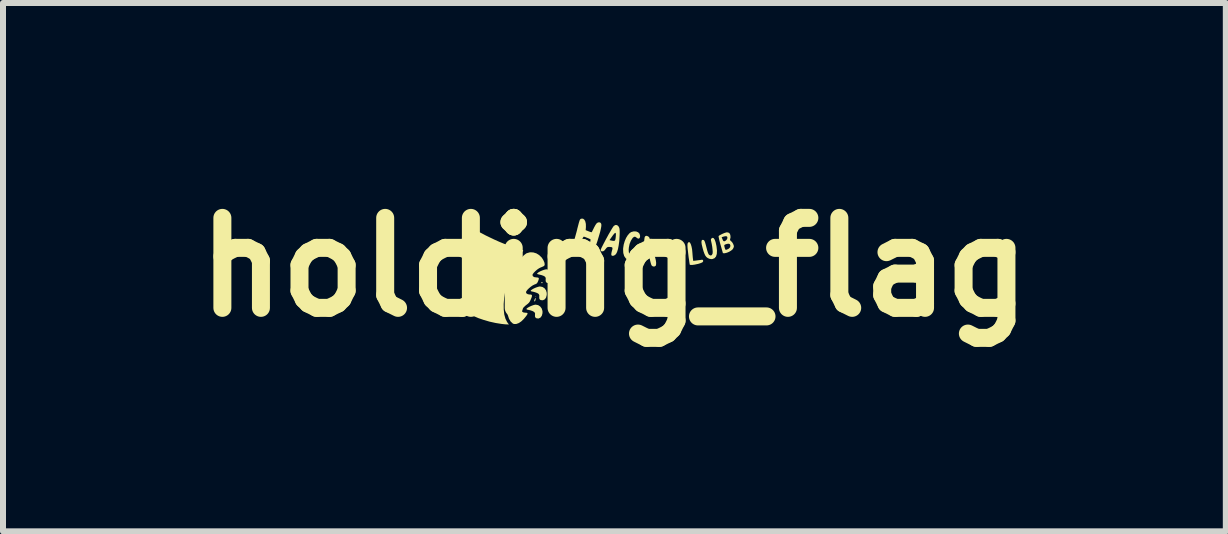
<source format=kicad_pcb>
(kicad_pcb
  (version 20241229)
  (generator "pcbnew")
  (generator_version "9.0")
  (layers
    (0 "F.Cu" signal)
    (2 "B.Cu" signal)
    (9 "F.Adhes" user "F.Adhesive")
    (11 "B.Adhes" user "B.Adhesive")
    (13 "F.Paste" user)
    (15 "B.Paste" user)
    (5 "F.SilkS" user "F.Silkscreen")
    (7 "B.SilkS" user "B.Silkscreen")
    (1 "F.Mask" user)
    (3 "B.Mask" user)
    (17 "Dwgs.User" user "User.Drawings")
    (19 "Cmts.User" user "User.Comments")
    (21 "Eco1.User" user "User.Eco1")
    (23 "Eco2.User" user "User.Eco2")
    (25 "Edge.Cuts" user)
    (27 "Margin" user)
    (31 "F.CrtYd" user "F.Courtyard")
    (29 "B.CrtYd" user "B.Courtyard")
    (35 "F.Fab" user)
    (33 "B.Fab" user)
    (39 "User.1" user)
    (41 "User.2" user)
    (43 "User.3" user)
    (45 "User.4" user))
  (footprint "holding_flag"
    (layer "F.Cu")
    (at 7.193 1.404)
    (property "Reference" "holding_flag" (at 0 0 0) (layer "F.SilkS") (effects (font (size 1.5 1.5) (thickness 0.3))))
    (attr board_only exclude_from_pos_files exclude_from_bom)
    (fp_poly (pts (xy -1.307 0.485) (xy -1.306 0.496) (xy -1.307 0.497) (xy -1.312 0.496) (xy -1.313 0.491) (xy -1.31 0.484)) (stroke (width 0) (type solid)) (fill yes) (layer "F.SilkS"))
    (fp_poly (pts (xy -1.205 0.246) (xy -1.197 0.257) (xy -1.203 0.267) (xy -1.21 0.268) (xy -1.219 0.262) (xy -1.218 0.255) (xy -1.209 0.246)) (stroke (width 0) (type solid)) (fill yes) (layer "F.SilkS"))
    (fp_poly (pts (xy -1.313 0.521) (xy -1.313 0.524) (xy -1.316 0.55) (xy -1.324 0.567) (xy -1.332 0.572) (xy -1.337 0.564) (xy -1.335 0.551) (xy -1.326 0.529) (xy -1.321 0.518) (xy -1.315 0.511)) (stroke (width 0) (type solid)) (fill yes) (layer "F.SilkS"))
    (fp_poly (pts (xy -1.271 0.633) (xy -1.237 0.656) (xy -1.212 0.689) (xy -1.199 0.732) (xy -1.199 0.767) (xy -1.21 0.809) (xy -1.231 0.839) (xy -1.26 0.854) (xy -1.269 0.856) (xy -1.299 0.852) (xy -1.314 0.843) (xy -1.324 0.824) (xy -1.324 0.795) (xy -1.323 0.771) (xy -1.331 0.754) (xy -1.343 0.744) (xy -1.364 0.732) (xy -1.395 0.721) (xy -1.42 0.715) (xy -1.45 0.709) (xy -1.464 0.703) (xy -1.467 0.697) (xy -1.463 0.69) (xy -1.444 0.675) (xy -1.415 0.659) (xy -1.379 0.643) (xy -1.345 0.631) (xy -1.317 0.625) (xy -1.313 0.625)) (stroke (width 0) (type solid)) (fill yes) (layer "F.SilkS"))
    (fp_poly (pts (xy -1.199 0.33) (xy -1.165 0.352) (xy -1.14 0.386) (xy -1.128 0.428) (xy -1.128 0.463) (xy -1.139 0.506) (xy -1.159 0.535) (xy -1.188 0.55) (xy -1.198 0.552) (xy -1.228 0.549) (xy -1.243 0.54) (xy -1.253 0.52) (xy -1.253 0.492) (xy -1.252 0.467) (xy -1.26 0.451) (xy -1.271 0.44) (xy -1.293 0.429) (xy -1.324 0.418) (xy -1.349 0.411) (xy -1.378 0.405) (xy -1.393 0.4) (xy -1.396 0.394) (xy -1.392 0.387) (xy -1.373 0.372) (xy -1.343 0.355) (xy -1.308 0.34) (xy -1.273 0.328) (xy -1.246 0.322) (xy -1.241 0.322)) (stroke (width 0) (type solid)) (fill yes) (layer "F.SilkS"))
    (fp_poly (pts (xy -1.092 0.044) (xy -1.058 0.066) (xy -1.033 0.1) (xy -1.021 0.142) (xy -1.021 0.177) (xy -1.031 0.22) (xy -1.052 0.25) (xy -1.081 0.265) (xy -1.09 0.266) (xy -1.12 0.263) (xy -1.136 0.254) (xy -1.146 0.234) (xy -1.146 0.206) (xy -1.145 0.181) (xy -1.153 0.165) (xy -1.164 0.154) (xy -1.185 0.143) (xy -1.217 0.132) (xy -1.242 0.126) (xy -1.271 0.119) (xy -1.286 0.114) (xy -1.289 0.108) (xy -1.284 0.101) (xy -1.266 0.086) (xy -1.236 0.069) (xy -1.201 0.054) (xy -1.166 0.042) (xy -1.138 0.036) (xy -1.134 0.036)) (stroke (width 0) (type solid)) (fill yes) (layer "F.SilkS"))
    (fp_poly (pts (xy 1.262 -0.405) (xy 1.275 -0.379) (xy 1.286 -0.342) (xy 1.295 -0.296) (xy 1.3 -0.243) (xy 1.303 -0.204) (xy 1.306 -0.167) (xy 1.309 -0.14) (xy 1.31 -0.135) (xy 1.314 -0.105) (xy 1.36 -0.11) (xy 1.395 -0.115) (xy 1.429 -0.119) (xy 1.44 -0.121) (xy 1.463 -0.124) (xy 1.475 -0.119) (xy 1.479 -0.112) (xy 1.479 -0.095) (xy 1.466 -0.08) (xy 1.436 -0.067) (xy 1.391 -0.053) (xy 1.387 -0.053) (xy 1.336 -0.042) (xy 1.296 -0.037) (xy 1.269 -0.037) (xy 1.256 -0.042) (xy 1.254 -0.053) (xy 1.25 -0.078) (xy 1.245 -0.116) (xy 1.238 -0.162) (xy 1.232 -0.212) (xy 1.225 -0.273) (xy 1.22 -0.319) (xy 1.218 -0.353) (xy 1.218 -0.376) (xy 1.22 -0.391) (xy 1.222 -0.398) (xy 1.235 -0.416) (xy 1.249 -0.418)) (stroke (width 0) (type solid)) (fill yes) (layer "F.SilkS"))
    (fp_poly (pts (xy 0.363 -0.595) (xy 0.396 -0.581) (xy 0.419 -0.557) (xy 0.428 -0.524) (xy 0.429 -0.518) (xy 0.423 -0.49) (xy 0.409 -0.476) (xy 0.389 -0.478) (xy 0.372 -0.49) (xy 0.349 -0.506) (xy 0.328 -0.506) (xy 0.306 -0.489) (xy 0.301 -0.482) (xy 0.274 -0.44) (xy 0.253 -0.387) (xy 0.241 -0.329) (xy 0.238 -0.293) (xy 0.24 -0.251) (xy 0.249 -0.221) (xy 0.268 -0.203) (xy 0.299 -0.191) (xy 0.302 -0.19) (xy 0.329 -0.179) (xy 0.338 -0.161) (xy 0.331 -0.141) (xy 0.316 -0.126) (xy 0.289 -0.111) (xy 0.259 -0.109) (xy 0.227 -0.12) (xy 0.19 -0.146) (xy 0.163 -0.185) (xy 0.148 -0.236) (xy 0.145 -0.3) (xy 0.146 -0.317) (xy 0.155 -0.376) (xy 0.172 -0.434) (xy 0.195 -0.488) (xy 0.223 -0.533) (xy 0.254 -0.568) (xy 0.281 -0.586) (xy 0.324 -0.597)) (stroke (width 0) (type solid)) (fill yes) (layer "F.SilkS"))
    (fp_poly (pts (xy 1.087 -0.396) (xy 1.11 -0.382) (xy 1.129 -0.363) (xy 1.14 -0.342) (xy 1.143 -0.322) (xy 1.133 -0.309) (xy 1.129 -0.307) (xy 1.112 -0.307) (xy 1.105 -0.311) (xy 1.084 -0.322) (xy 1.058 -0.319) (xy 1.036 -0.305) (xy 1.03 -0.297) (xy 1.018 -0.267) (xy 1.014 -0.227) (xy 1.016 -0.182) (xy 1.026 -0.14) (xy 1.035 -0.118) (xy 1.056 -0.086) (xy 1.081 -0.071) (xy 1.113 -0.071) (xy 1.124 -0.073) (xy 1.148 -0.078) (xy 1.165 -0.077) (xy 1.166 -0.077) (xy 1.177 -0.065) (xy 1.177 -0.045) (xy 1.165 -0.022) (xy 1.157 -0.013) (xy 1.129 0.004) (xy 1.092 0.011) (xy 1.054 0.007) (xy 1.019 -0.007) (xy 1.011 -0.013) (xy 0.984 -0.046) (xy 0.964 -0.092) (xy 0.952 -0.147) (xy 0.948 -0.207) (xy 0.953 -0.269) (xy 0.956 -0.281) (xy 0.971 -0.326) (xy 0.994 -0.363) (xy 1.023 -0.389) (xy 1.055 -0.401) (xy 1.062 -0.402)) (stroke (width 0) (type solid)) (fill yes) (layer "F.SilkS"))
    (fp_poly (pts (xy 1.655 -0.483) (xy 1.672 -0.459) (xy 1.687 -0.417) (xy 1.7 -0.359) (xy 1.702 -0.347) (xy 1.71 -0.277) (xy 1.707 -0.22) (xy 1.694 -0.178) (xy 1.67 -0.15) (xy 1.636 -0.136) (xy 1.617 -0.134) (xy 1.582 -0.14) (xy 1.553 -0.154) (xy 1.533 -0.17) (xy 1.516 -0.192) (xy 1.502 -0.221) (xy 1.487 -0.261) (xy 1.471 -0.316) (xy 1.469 -0.325) (xy 1.456 -0.378) (xy 1.451 -0.417) (xy 1.454 -0.442) (xy 1.464 -0.454) (xy 1.473 -0.455) (xy 1.485 -0.454) (xy 1.495 -0.447) (xy 1.504 -0.432) (xy 1.513 -0.407) (xy 1.524 -0.369) (xy 1.535 -0.326) (xy 1.548 -0.275) (xy 1.56 -0.238) (xy 1.571 -0.215) (xy 1.581 -0.204) (xy 1.603 -0.194) (xy 1.622 -0.2) (xy 1.635 -0.222) (xy 1.637 -0.231) (xy 1.639 -0.256) (xy 1.636 -0.293) (xy 1.631 -0.338) (xy 1.623 -0.385) (xy 1.615 -0.422) (xy 1.609 -0.449) (xy 1.609 -0.465) (xy 1.616 -0.477) (xy 1.619 -0.479) (xy 1.638 -0.49)) (stroke (width 0) (type solid)) (fill yes) (layer "F.SilkS"))
    (fp_poly (pts (xy 0.562 -0.513) (xy 0.569 -0.508) (xy 0.579 -0.497) (xy 0.586 -0.486) (xy 0.589 -0.469) (xy 0.589 -0.444) (xy 0.587 -0.405) (xy 0.587 -0.405) (xy 0.583 -0.323) (xy 0.64 -0.37) (xy 0.68 -0.402) (xy 0.709 -0.421) (xy 0.729 -0.427) (xy 0.741 -0.42) (xy 0.741 -0.42) (xy 0.745 -0.399) (xy 0.735 -0.372) (xy 0.711 -0.336) (xy 0.691 -0.313) (xy 0.642 -0.259) (xy 0.666 -0.199) (xy 0.681 -0.155) (xy 0.691 -0.111) (xy 0.696 -0.071) (xy 0.694 -0.04) (xy 0.688 -0.022) (xy 0.668 -0.011) (xy 0.643 -0.012) (xy 0.623 -0.025) (xy 0.615 -0.04) (xy 0.606 -0.068) (xy 0.597 -0.104) (xy 0.594 -0.116) (xy 0.587 -0.153) (xy 0.58 -0.184) (xy 0.576 -0.205) (xy 0.575 -0.208) (xy 0.566 -0.221) (xy 0.553 -0.219) (xy 0.539 -0.203) (xy 0.529 -0.183) (xy 0.51 -0.144) (xy 0.487 -0.111) (xy 0.461 -0.085) (xy 0.436 -0.07) (xy 0.415 -0.067) (xy 0.406 -0.072) (xy 0.395 -0.087) (xy 0.395 -0.106) (xy 0.407 -0.135) (xy 0.416 -0.152) (xy 0.457 -0.237) (xy 0.483 -0.329) (xy 0.492 -0.397) (xy 0.496 -0.437) (xy 0.5 -0.471) (xy 0.504 -0.495) (xy 0.505 -0.502) (xy 0.518 -0.519) (xy 0.538 -0.523)) (stroke (width 0) (type solid)) (fill yes) (layer "F.SilkS"))
    (fp_poly (pts (xy -2.486 -0.728) (xy -2.467 -0.716) (xy -2.44 -0.699) (xy -2.44 -0.698) (xy -2.35 -0.641) (xy -2.252 -0.585) (xy -2.144 -0.528) (xy -2.088 -0.501) (xy -1.998 -0.458) (xy -1.917 -0.422) (xy -1.839 -0.39) (xy -1.758 -0.36) (xy -1.668 -0.33) (xy -1.652 -0.325) (xy -1.608 -0.31) (xy -1.57 -0.298) (xy -1.54 -0.288) (xy -1.523 -0.282) (xy -1.521 -0.282) (xy -1.522 -0.274) (xy -1.534 -0.257) (xy -1.554 -0.234) (xy -1.566 -0.221) (xy -1.615 -0.162) (xy -1.66 -0.088) (xy -1.702 0.003) (xy -1.743 0.111) (xy -1.781 0.235) (xy -1.794 0.287) (xy -1.82 0.403) (xy -1.838 0.513) (xy -1.846 0.615) (xy -1.845 0.707) (xy -1.836 0.789) (xy -1.817 0.858) (xy -1.79 0.913) (xy -1.782 0.925) (xy -1.759 0.956) (xy -1.792 0.954) (xy -1.82 0.953) (xy -1.856 0.949) (xy -1.884 0.946) (xy -1.983 0.93) (xy -2.082 0.908) (xy -2.178 0.88) (xy -2.269 0.849) (xy -2.351 0.814) (xy -2.421 0.777) (xy -2.463 0.75) (xy -2.501 0.722) (xy -2.501 -0.005) (xy -2.501 -0.117) (xy -2.5 -0.224) (xy -2.5 -0.325) (xy -2.5 -0.417) (xy -2.499 -0.5) (xy -2.499 -0.573) (xy -2.498 -0.633) (xy -2.498 -0.681) (xy -2.497 -0.713) (xy -2.496 -0.73) (xy -2.496 -0.732)) (stroke (width 0) (type solid)) (fill yes) (layer "F.SilkS"))
    (fp_poly (pts (xy 0.046 -0.7) (xy 0.068 -0.68) (xy 0.074 -0.67) (xy 0.081 -0.655) (xy 0.085 -0.638) (xy 0.087 -0.615) (xy 0.088 -0.583) (xy 0.087 -0.538) (xy 0.086 -0.518) (xy 0.081 -0.435) (xy 0.071 -0.362) (xy 0.059 -0.3) (xy 0.044 -0.252) (xy 0.026 -0.218) (xy 0.021 -0.213) (xy -0.003 -0.195) (xy -0.026 -0.188) (xy -0.044 -0.193) (xy -0.051 -0.202) (xy -0.052 -0.219) (xy -0.048 -0.245) (xy -0.045 -0.258) (xy -0.035 -0.294) (xy -0.032 -0.317) (xy -0.037 -0.329) (xy -0.052 -0.335) (xy -0.076 -0.337) (xy -0.103 -0.337) (xy -0.12 -0.332) (xy -0.134 -0.319) (xy -0.148 -0.301) (xy -0.168 -0.277) (xy -0.185 -0.266) (xy -0.201 -0.263) (xy -0.222 -0.267) (xy -0.23 -0.28) (xy -0.23 -0.281) (xy -0.227 -0.294) (xy -0.216 -0.32) (xy -0.198 -0.356) (xy -0.176 -0.399) (xy -0.151 -0.446) (xy -0.149 -0.451) (xy -0.082 -0.451) (xy -0.056 -0.445) (xy -0.021 -0.438) (xy 0.000207 -0.439) (xy 0.012 -0.449) (xy 0.018 -0.471) (xy 0.022 -0.501) (xy 0.025 -0.542) (xy 0.023 -0.565) (xy 0.015 -0.573) (xy 0.001 -0.563) (xy -0.02 -0.538) (xy -0.035 -0.517) (xy -0.082 -0.451) (xy -0.149 -0.451) (xy -0.124 -0.496) (xy -0.097 -0.546) (xy -0.07 -0.592) (xy -0.047 -0.632) (xy -0.027 -0.664) (xy -0.012 -0.685) (xy -0.007 -0.69) (xy 0.02 -0.704)) (stroke (width 0) (type solid)) (fill yes) (layer "F.SilkS"))
    (fp_poly (pts (xy 1.898 -0.577) (xy 1.911 -0.571) (xy 1.926 -0.555) (xy 1.934 -0.528) (xy 1.936 -0.497) (xy 1.931 -0.475) (xy 1.927 -0.455) (xy 1.933 -0.444) (xy 1.939 -0.439) (xy 1.961 -0.418) (xy 1.979 -0.389) (xy 1.99 -0.359) (xy 1.992 -0.347) (xy 1.986 -0.324) (xy 1.973 -0.3) (xy 1.972 -0.299) (xy 1.948 -0.278) (xy 1.914 -0.257) (xy 1.876 -0.241) (xy 1.843 -0.233) (xy 1.835 -0.232) (xy 1.809 -0.233) (xy 1.772 -0.364) (xy 1.831 -0.364) (xy 1.833 -0.348) (xy 1.839 -0.325) (xy 1.84 -0.319) (xy 1.848 -0.297) (xy 1.857 -0.289) (xy 1.869 -0.291) (xy 1.891 -0.3) (xy 1.911 -0.312) (xy 1.928 -0.332) (xy 1.934 -0.356) (xy 1.928 -0.378) (xy 1.919 -0.387) (xy 1.902 -0.391) (xy 1.878 -0.388) (xy 1.854 -0.381) (xy 1.837 -0.372) (xy 1.831 -0.364) (xy 1.772 -0.364) (xy 1.77 -0.37) (xy 1.757 -0.418) (xy 1.747 -0.459) (xy 1.74 -0.492) (xy 1.739 -0.5) (xy 1.788 -0.5) (xy 1.802 -0.464) (xy 1.814 -0.439) (xy 1.828 -0.43) (xy 1.847 -0.437) (xy 1.861 -0.447) (xy 1.878 -0.467) (xy 1.884 -0.489) (xy 1.88 -0.507) (xy 1.87 -0.515) (xy 1.853 -0.516) (xy 1.828 -0.512) (xy 1.822 -0.51) (xy 1.788 -0.5) (xy 1.739 -0.5) (xy 1.737 -0.513) (xy 1.737 -0.518) (xy 1.75 -0.529) (xy 1.774 -0.542) (xy 1.804 -0.557) (xy 1.835 -0.57) (xy 1.861 -0.578) (xy 1.874 -0.581)) (stroke (width 0) (type solid)) (fill yes) (layer "F.SilkS"))
    (fp_poly (pts (xy -0.523 -0.808) (xy -0.501 -0.791) (xy -0.485 -0.761) (xy -0.476 -0.721) (xy -0.475 -0.672) (xy -0.475 -0.669) (xy -0.479 -0.617) (xy -0.431 -0.598) (xy -0.405 -0.588) (xy -0.386 -0.583) (xy -0.379 -0.583) (xy -0.373 -0.592) (xy -0.362 -0.614) (xy -0.347 -0.644) (xy -0.34 -0.659) (xy -0.316 -0.703) (xy -0.296 -0.731) (xy -0.275 -0.745) (xy -0.253 -0.748) (xy -0.245 -0.746) (xy -0.231 -0.74) (xy -0.222 -0.727) (xy -0.217 -0.707) (xy -0.219 -0.678) (xy -0.226 -0.639) (xy -0.238 -0.587) (xy -0.257 -0.522) (xy -0.281 -0.442) (xy -0.282 -0.438) (xy -0.299 -0.389) (xy -0.313 -0.353) (xy -0.326 -0.328) (xy -0.341 -0.309) (xy -0.344 -0.306) (xy -0.365 -0.287) (xy -0.379 -0.279) (xy -0.392 -0.28) (xy -0.404 -0.287) (xy -0.415 -0.301) (xy -0.419 -0.327) (xy -0.415 -0.366) (xy -0.406 -0.406) (xy -0.401 -0.435) (xy -0.398 -0.457) (xy -0.4 -0.465) (xy -0.412 -0.471) (xy -0.434 -0.481) (xy -0.462 -0.492) (xy -0.487 -0.502) (xy -0.506 -0.508) (xy -0.51 -0.509) (xy -0.518 -0.502) (xy -0.53 -0.482) (xy -0.544 -0.456) (xy -0.573 -0.409) (xy -0.604 -0.379) (xy -0.637 -0.367) (xy -0.644 -0.366) (xy -0.666 -0.373) (xy -0.676 -0.392) (xy -0.675 -0.425) (xy -0.666 -0.463) (xy -0.658 -0.491) (xy -0.647 -0.531) (xy -0.634 -0.578) (xy -0.621 -0.628) (xy -0.619 -0.639) (xy -0.604 -0.696) (xy -0.593 -0.738) (xy -0.584 -0.767) (xy -0.577 -0.787) (xy -0.57 -0.798) (xy -0.562 -0.805) (xy -0.552 -0.808) (xy -0.549 -0.809)) (stroke (width 0) (type solid)) (fill yes) (layer "F.SilkS"))
    (fp_poly (pts (xy -1.354 -0.246) (xy -1.301 -0.23) (xy -1.253 -0.2) (xy -1.21 -0.158) (xy -1.183 -0.114) (xy -1.166 -0.074) (xy -1.162 -0.043) (xy -1.17 -0.023) (xy -1.172 -0.02) (xy -1.187 -0.013) (xy -1.211 -0.002) (xy -1.227 0.004) (xy -1.257 0.019) (xy -1.289 0.041) (xy -1.319 0.067) (xy -1.345 0.094) (xy -1.362 0.117) (xy -1.366 0.132) (xy -1.358 0.152) (xy -1.336 0.166) (xy -1.307 0.17) (xy -1.277 0.173) (xy -1.262 0.18) (xy -1.26 0.197) (xy -1.269 0.225) (xy -1.27 0.228) (xy -1.282 0.255) (xy -1.295 0.272) (xy -1.315 0.283) (xy -1.332 0.289) (xy -1.362 0.304) (xy -1.394 0.326) (xy -1.425 0.352) (xy -1.451 0.378) (xy -1.469 0.402) (xy -1.474 0.418) (xy -1.466 0.438) (xy -1.443 0.451) (xy -1.414 0.456) (xy -1.39 0.457) (xy -1.377 0.464) (xy -1.374 0.48) (xy -1.381 0.506) (xy -1.391 0.53) (xy -1.407 0.567) (xy -1.424 0.592) (xy -1.445 0.612) (xy -1.452 0.617) (xy -1.484 0.642) (xy -1.513 0.67) (xy -1.534 0.697) (xy -1.545 0.719) (xy -1.545 0.723) (xy -1.537 0.742) (xy -1.516 0.755) (xy -1.488 0.759) (xy -1.46 0.761) (xy -1.448 0.768) (xy -1.45 0.783) (xy -1.466 0.808) (xy -1.467 0.81) (xy -1.511 0.864) (xy -1.555 0.906) (xy -1.599 0.934) (xy -1.639 0.948) (xy -1.676 0.947) (xy -1.694 0.939) (xy -1.729 0.907) (xy -1.757 0.86) (xy -1.777 0.8) (xy -1.79 0.729) (xy -1.794 0.647) (xy -1.789 0.558) (xy -1.782 0.496) (xy -1.761 0.38) (xy -1.735 0.27) (xy -1.705 0.166) (xy -1.671 0.071) (xy -1.634 -0.015) (xy -1.594 -0.09) (xy -1.553 -0.151) (xy -1.51 -0.198) (xy -1.468 -0.23) (xy -1.46 -0.233) (xy -1.408 -0.248)) (stroke (width 0) (type solid)) (fill yes) (layer "F.SilkS")))
  (gr_rect
    (start -3 -3)
    (end 17.386 5.808)
    (stroke (width 0.1) (type default))
    (fill no)
    (layer "Edge.Cuts")))
</source>
